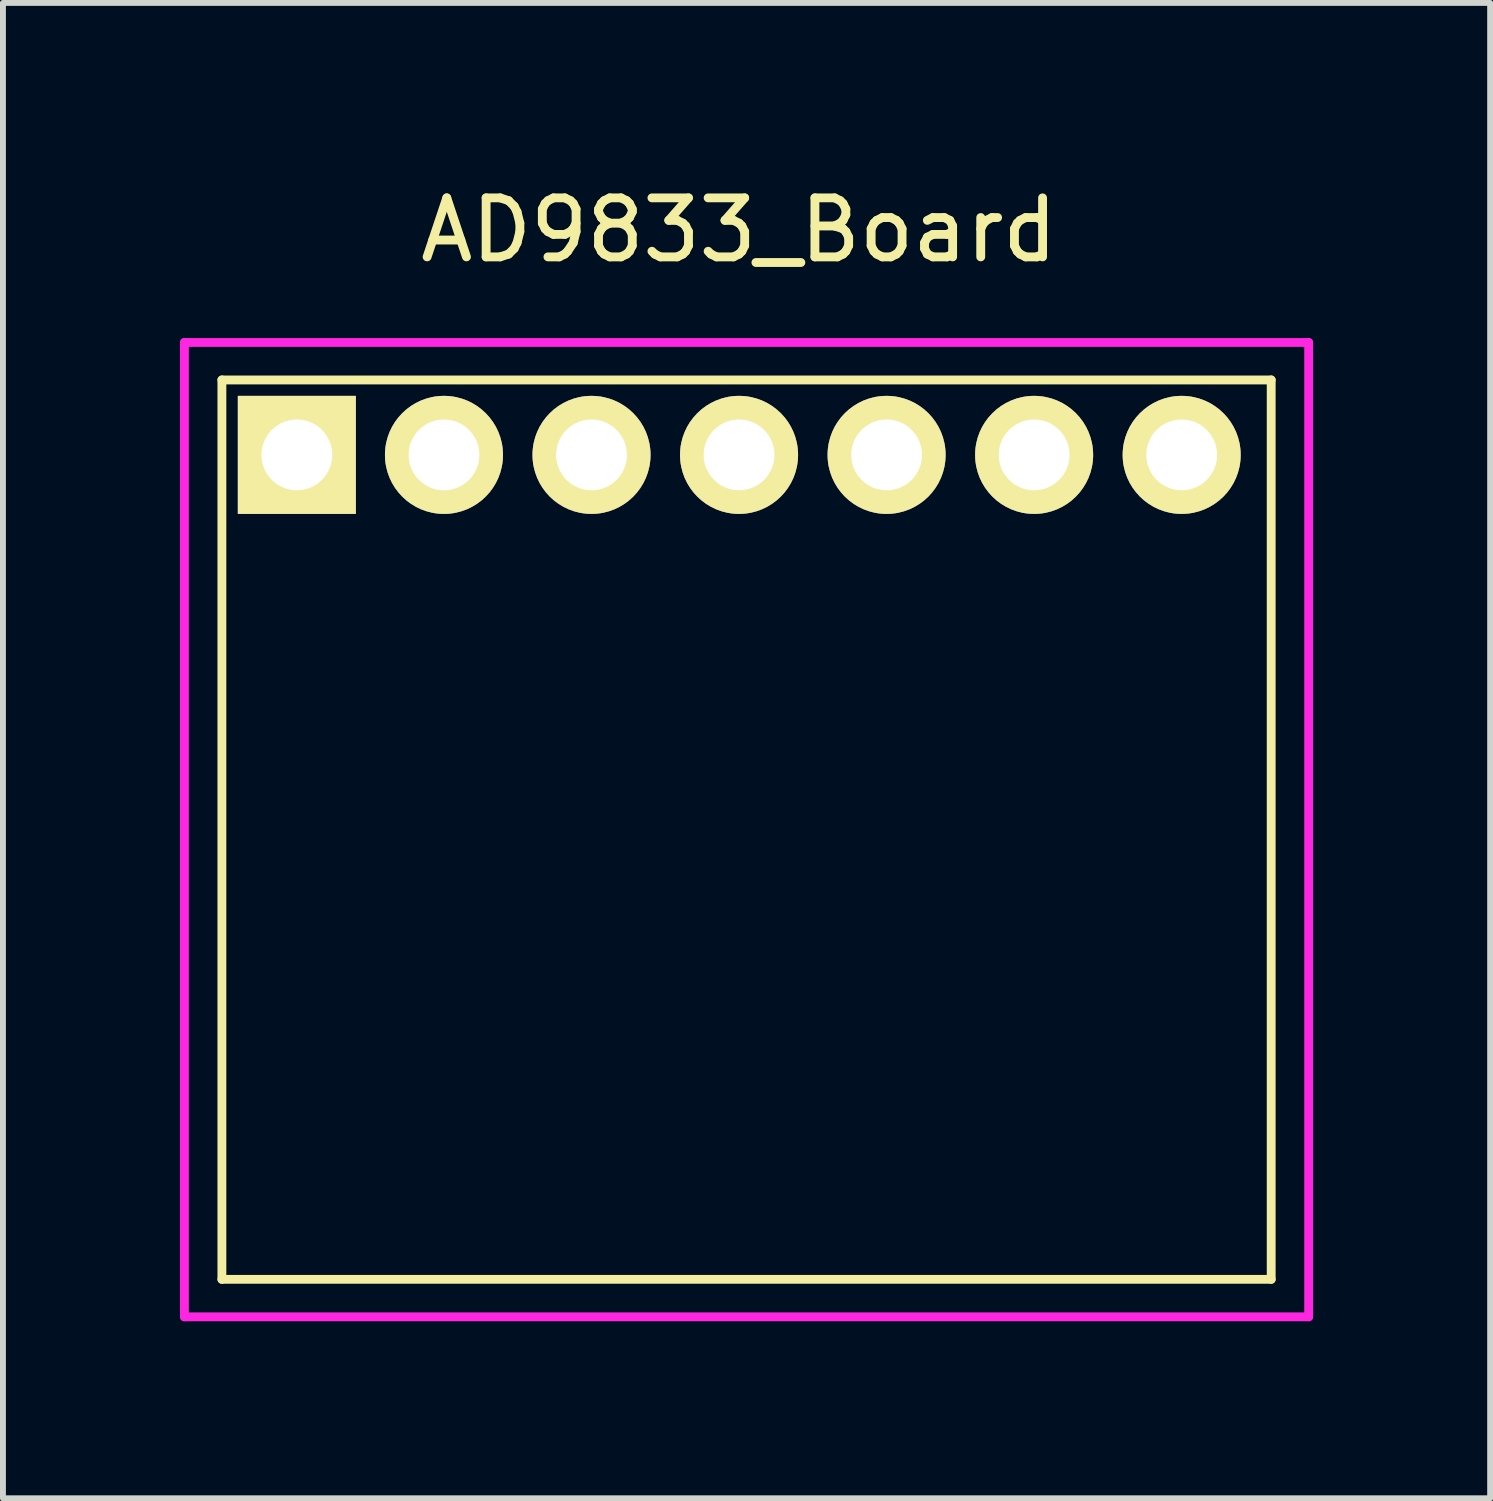
<source format=kicad_pcb>
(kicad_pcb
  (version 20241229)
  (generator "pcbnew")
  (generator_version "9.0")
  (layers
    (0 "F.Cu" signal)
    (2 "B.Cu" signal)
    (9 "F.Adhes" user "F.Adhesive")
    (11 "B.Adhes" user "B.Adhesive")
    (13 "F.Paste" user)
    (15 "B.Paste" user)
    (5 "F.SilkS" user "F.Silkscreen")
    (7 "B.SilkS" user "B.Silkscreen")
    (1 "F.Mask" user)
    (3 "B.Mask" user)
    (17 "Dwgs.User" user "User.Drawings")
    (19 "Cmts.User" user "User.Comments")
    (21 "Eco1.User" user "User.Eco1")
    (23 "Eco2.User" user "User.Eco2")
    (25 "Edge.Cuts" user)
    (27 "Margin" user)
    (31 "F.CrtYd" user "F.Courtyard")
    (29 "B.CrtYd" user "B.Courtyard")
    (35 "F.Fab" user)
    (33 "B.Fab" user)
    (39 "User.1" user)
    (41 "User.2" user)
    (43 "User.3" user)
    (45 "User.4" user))
  (footprint "AD9833_Board"
    (layer "F.Cu")
    (at 1.98 4.658)
    (property "Reference" "AD9833_Board" (at 7.493 -3.81 0) (layer "F.SilkS") (effects (font (size 1 1) (thickness 0.15))))
    (attr through_hole)
    (fp_line (start -1.27 -1.27) (end 16.51 -1.27) (stroke (width 0.15) (type solid)) (layer "F.SilkS"))
    (fp_line (start -1.27 13.97) (end -1.27 -1.27) (stroke (width 0.15) (type solid)) (layer "F.SilkS"))
    (fp_line (start 16.51 -1.27) (end 16.51 13.97) (stroke (width 0.15) (type solid)) (layer "F.SilkS"))
    (fp_line (start 16.51 13.97) (end -1.27 13.97) (stroke (width 0.15) (type solid)) (layer "F.SilkS"))
    (fp_line (start -1.905 -1.905) (end -1.905 14.605) (stroke (width 0.15) (type solid)) (layer "F.CrtYd"))
    (fp_line (start -1.905 14.605) (end 17.145 14.605) (stroke (width 0.15) (type solid)) (layer "F.CrtYd"))
    (fp_line (start 17.145 -1.905) (end -1.905 -1.905) (stroke (width 0.15) (type solid)) (layer "F.CrtYd"))
    (fp_line (start 17.145 14.605) (end 17.145 -1.905) (stroke (width 0.15) (type solid)) (layer "F.CrtYd"))
    (pad "1" thru_hole rect (at 0 0) (size 2 2) (drill 1.2) (layers "*.Cu" "*.Mask" "F.SilkS"))
    (pad "2" thru_hole circle (at 2.493 0) (size 2 2) (drill 1.2) (layers "*.Cu" "*.Mask" "F.SilkS"))
    (pad "3" thru_hole circle (at 4.993 0) (size 2 2) (drill 1.2) (layers "*.Cu" "*.Mask" "F.SilkS"))
    (pad "4" thru_hole circle (at 7.493 0) (size 2 2) (drill 1.2) (layers "*.Cu" "*.Mask" "F.SilkS"))
    (pad "5" thru_hole circle (at 9.993 0) (size 2 2) (drill 1.2) (layers "*.Cu" "*.Mask" "F.SilkS"))
    (pad "6" thru_hole circle (at 12.493 0) (size 2 2) (drill 1.2) (layers "*.Cu" "*.Mask" "F.SilkS"))
    (pad "7" thru_hole circle (at 14.993 0) (size 2 2) (drill 1.2) (layers "*.Cu" "*.Mask" "F.SilkS")))
  (gr_rect
    (start -3 -3)
    (end 22.2 22.338)
    (stroke (width 0.1) (type default))
    (fill no)
    (layer "Edge.Cuts")))
</source>
